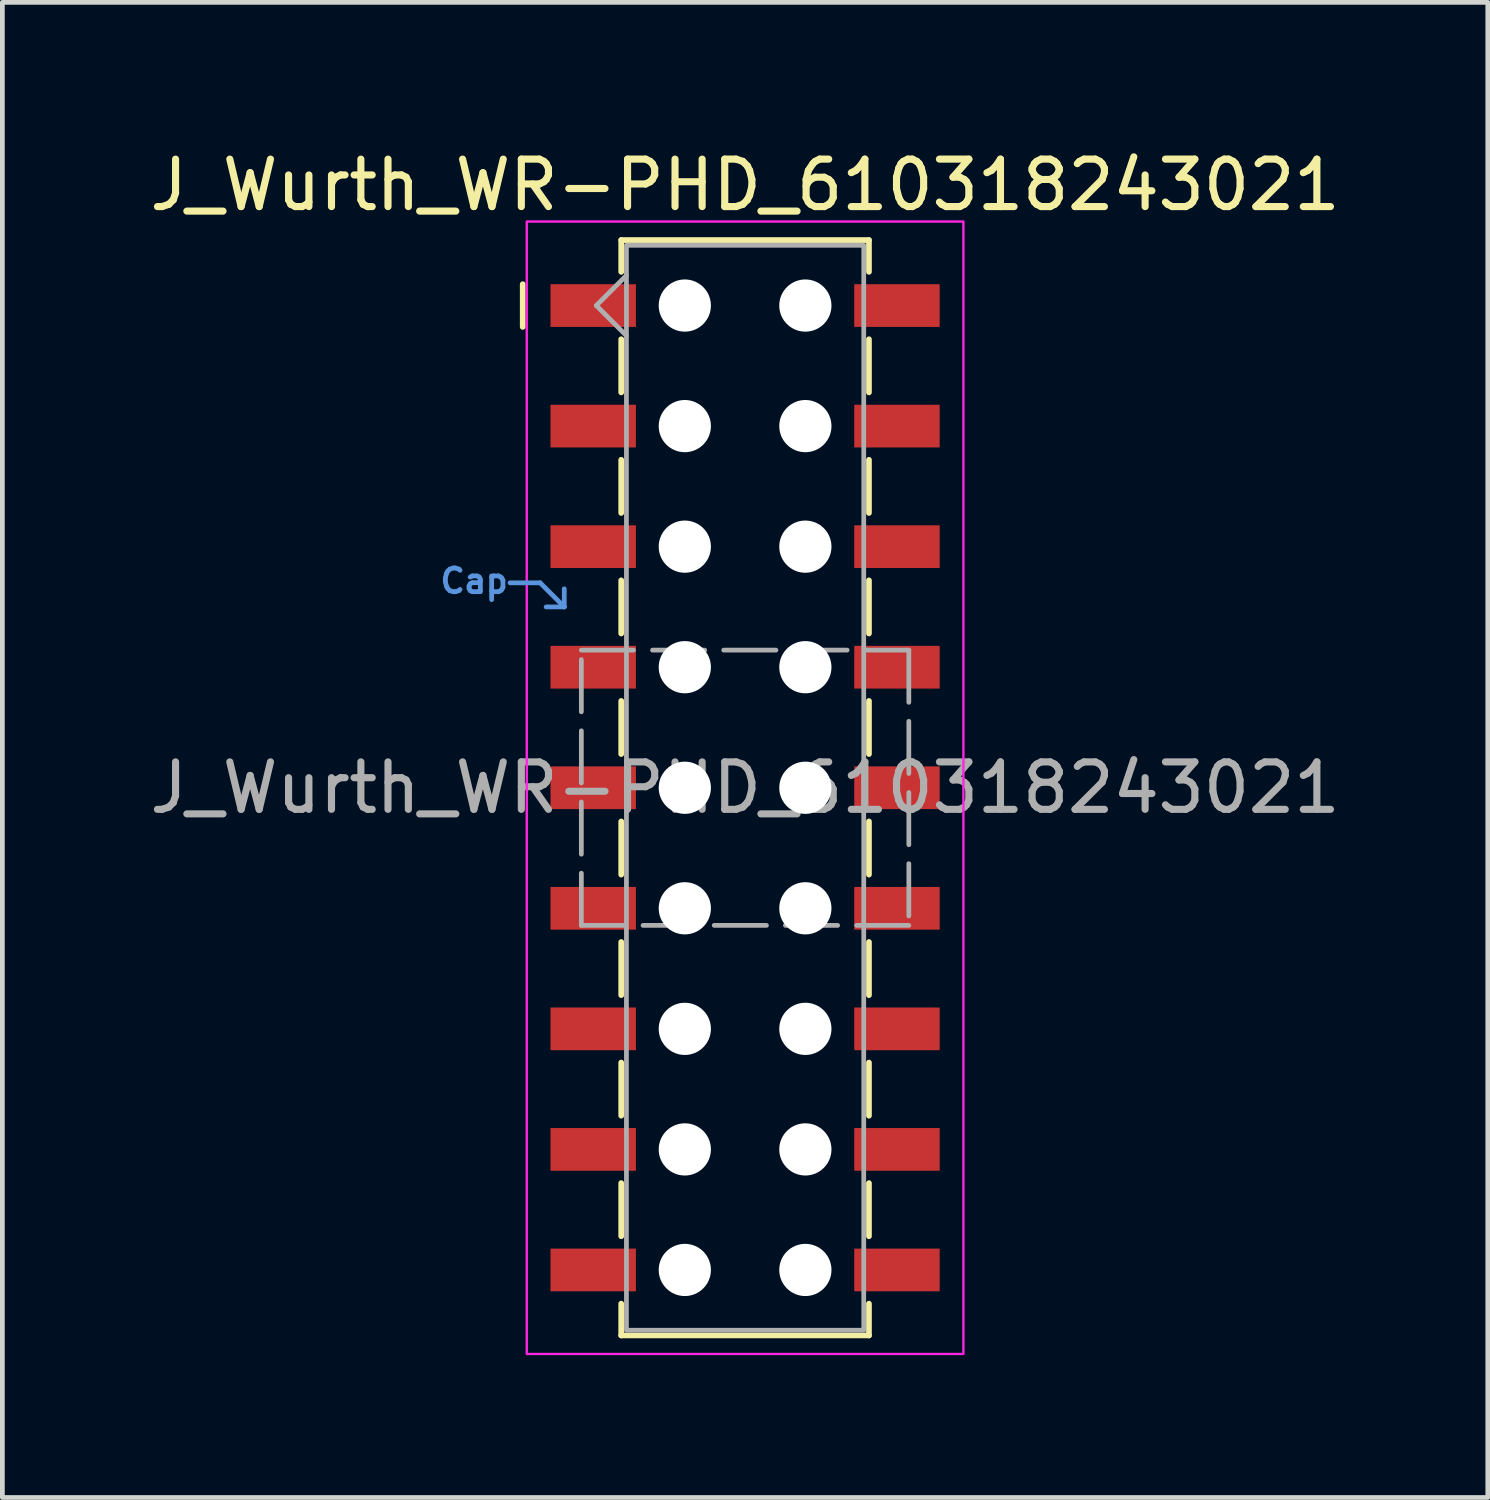
<source format=kicad_pcb>
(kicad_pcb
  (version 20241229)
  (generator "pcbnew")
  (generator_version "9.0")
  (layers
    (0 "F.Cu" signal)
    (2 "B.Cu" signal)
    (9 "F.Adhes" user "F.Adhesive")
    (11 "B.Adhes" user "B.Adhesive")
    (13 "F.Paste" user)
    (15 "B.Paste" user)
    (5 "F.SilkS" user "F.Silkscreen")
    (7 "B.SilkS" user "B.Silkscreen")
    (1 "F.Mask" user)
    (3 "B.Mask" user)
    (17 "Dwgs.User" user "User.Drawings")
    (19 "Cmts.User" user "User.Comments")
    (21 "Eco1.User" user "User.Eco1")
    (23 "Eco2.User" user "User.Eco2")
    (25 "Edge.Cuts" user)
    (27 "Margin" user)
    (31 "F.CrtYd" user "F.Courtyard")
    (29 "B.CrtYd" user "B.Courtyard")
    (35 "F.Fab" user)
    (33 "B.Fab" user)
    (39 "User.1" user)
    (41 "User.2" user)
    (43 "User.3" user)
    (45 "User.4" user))
  (footprint "J_Wurth_WR-PHD_610318243021"
    (layer "F.Cu")
    (at 12.649 13.548)
    (property "Reference" "J_Wurth_WR-PHD_610318243021" (at 0 -12.7 0) (unlocked yes) (layer "F.SilkS") (effects (font (size 1 1) (thickness 0.15))))
    (attr smd)
    (fp_line (start -4.685 -10.61) (end -4.685 -9.71) (stroke (width 0.12) (type solid)) (layer "F.SilkS"))
    (fp_line (start -2.61 -11.54) (end -2.61 -10.87) (stroke (width 0.12) (type solid)) (layer "F.SilkS"))
    (fp_line (start -2.61 -9.45) (end -2.61 -8.33) (stroke (width 0.12) (type solid)) (layer "F.SilkS"))
    (fp_line (start -2.61 -6.91) (end -2.61 -5.79) (stroke (width 0.12) (type solid)) (layer "F.SilkS"))
    (fp_line (start -2.61 -4.37) (end -2.61 -3.25) (stroke (width 0.12) (type solid)) (layer "F.SilkS"))
    (fp_line (start -2.61 -1.83) (end -2.61 -0.71) (stroke (width 0.12) (type solid)) (layer "F.SilkS"))
    (fp_line (start -2.61 0.71) (end -2.61 1.83) (stroke (width 0.12) (type solid)) (layer "F.SilkS"))
    (fp_line (start -2.61 3.25) (end -2.61 4.37) (stroke (width 0.12) (type solid)) (layer "F.SilkS"))
    (fp_line (start -2.61 5.79) (end -2.61 6.91) (stroke (width 0.12) (type solid)) (layer "F.SilkS"))
    (fp_line (start -2.61 8.33) (end -2.61 9.45) (stroke (width 0.12) (type solid)) (layer "F.SilkS"))
    (fp_line (start -2.61 10.87) (end -2.61 11.54) (stroke (width 0.12) (type solid)) (layer "F.SilkS"))
    (fp_line (start 2.61 -11.54) (end -2.61 -11.54) (stroke (width 0.12) (type solid)) (layer "F.SilkS"))
    (fp_line (start 2.61 -11.54) (end 2.61 -10.87) (stroke (width 0.12) (type solid)) (layer "F.SilkS"))
    (fp_line (start 2.61 -9.45) (end 2.61 -8.33) (stroke (width 0.12) (type solid)) (layer "F.SilkS"))
    (fp_line (start 2.61 -6.91) (end 2.61 -5.79) (stroke (width 0.12) (type solid)) (layer "F.SilkS"))
    (fp_line (start 2.61 -4.37) (end 2.61 -3.25) (stroke (width 0.12) (type solid)) (layer "F.SilkS"))
    (fp_line (start 2.61 -1.83) (end 2.61 -0.71) (stroke (width 0.12) (type solid)) (layer "F.SilkS"))
    (fp_line (start 2.61 0.71) (end 2.61 1.83) (stroke (width 0.12) (type solid)) (layer "F.SilkS"))
    (fp_line (start 2.61 3.25) (end 2.61 4.37) (stroke (width 0.12) (type solid)) (layer "F.SilkS"))
    (fp_line (start 2.61 5.79) (end 2.61 6.91) (stroke (width 0.12) (type solid)) (layer "F.SilkS"))
    (fp_line (start 2.61 8.33) (end 2.61 9.45) (stroke (width 0.12) (type solid)) (layer "F.SilkS"))
    (fp_line (start 2.61 10.87) (end 2.61 11.54) (stroke (width 0.12) (type solid)) (layer "F.SilkS"))
    (fp_line (start 2.61 11.54) (end -2.61 11.54) (stroke (width 0.12) (type solid)) (layer "F.SilkS"))
    (fp_line (start -4.953 -4.318) (end -4.318 -4.318) (stroke (width 0.1) (type default)) (layer "Cmts.User"))
    (fp_line (start -4.318 -4.318) (end -3.81 -3.81) (stroke (width 0.1) (type default)) (layer "Cmts.User"))
    (fp_line (start -3.81 -3.81) (end -4.191 -3.81) (stroke (width 0.1) (type default)) (layer "Cmts.User"))
    (fp_line (start -3.81 -3.81) (end -3.81 -4.191) (stroke (width 0.1) (type default)) (layer "Cmts.User"))
    (fp_rect (start -4.6 -11.93) (end 4.6 11.93) (stroke (width 0.05) (type solid)) (fill no) (layer "F.CrtYd"))
    (fp_line (start -3.135 -10.16) (end -2.5 -10.795) (stroke (width 0.1) (type default)) (layer "F.Fab"))
    (fp_line (start -2.5 -9.525) (end -3.135 -10.16) (stroke (width 0.1) (type default)) (layer "F.Fab"))
    (fp_rect (start -3.45 -2.9) (end 3.45 2.9) (stroke (width 0.1) (type dash)) (fill no) (layer "F.Fab"))
    (fp_rect (start -2.5 -11.43) (end 2.5 11.43) (stroke (width 0.1) (type solid)) (fill no) (layer "F.Fab"))
    (fp_text user "Cap" (at -6.477 -4.064 0) (unlocked yes) (layer "Cmts.User") (effects (font (size 0.5 0.5) (thickness 0.1) (bold yes)) (justify left bottom)))
    (fp_text user "${REFERENCE}" (at 0 0 0) (unlocked yes) (layer "F.Fab") (effects (font (size 1 1) (thickness 0.15))))
    (pad "" np_thru_hole circle (at -1.27 -10.16 270) (size 1.1 1.1) (drill 1.1) (layers "*.Cu" "*.Mask"))
    (pad "" np_thru_hole circle (at -1.27 -7.62 270) (size 1.1 1.1) (drill 1.1) (layers "*.Cu" "*.Mask"))
    (pad "" np_thru_hole circle (at -1.27 -5.08 270) (size 1.1 1.1) (drill 1.1) (layers "*.Cu" "*.Mask"))
    (pad "" np_thru_hole circle (at -1.27 -2.54 270) (size 1.1 1.1) (drill 1.1) (layers "*.Cu" "*.Mask"))
    (pad "" np_thru_hole circle (at -1.27 0 270) (size 1.1 1.1) (drill 1.1) (layers "*.Cu" "*.Mask"))
    (pad "" np_thru_hole circle (at -1.27 2.54 270) (size 1.1 1.1) (drill 1.1) (layers "*.Cu" "*.Mask"))
    (pad "" np_thru_hole circle (at -1.27 5.08 270) (size 1.1 1.1) (drill 1.1) (layers "*.Cu" "*.Mask"))
    (pad "" np_thru_hole circle (at -1.27 7.62 270) (size 1.1 1.1) (drill 1.1) (layers "*.Cu" "*.Mask"))
    (pad "" np_thru_hole circle (at -1.27 10.16 270) (size 1.1 1.1) (drill 1.1) (layers "*.Cu" "*.Mask"))
    (pad "" np_thru_hole circle (at 1.27 -10.16 270) (size 1.1 1.1) (drill 1.1) (layers "*.Cu" "*.Mask"))
    (pad "" np_thru_hole circle (at 1.27 -7.62 270) (size 1.1 1.1) (drill 1.1) (layers "*.Cu" "*.Mask"))
    (pad "" np_thru_hole circle (at 1.27 -5.08 270) (size 1.1 1.1) (drill 1.1) (layers "*.Cu" "*.Mask"))
    (pad "" np_thru_hole circle (at 1.27 -2.54 270) (size 1.1 1.1) (drill 1.1) (layers "*.Cu" "*.Mask"))
    (pad "" np_thru_hole circle (at 1.27 0 270) (size 1.1 1.1) (drill 1.1) (layers "*.Cu" "*.Mask"))
    (pad "" np_thru_hole circle (at 1.27 2.54 270) (size 1.1 1.1) (drill 1.1) (layers "*.Cu" "*.Mask"))
    (pad "" np_thru_hole circle (at 1.27 5.08 270) (size 1.1 1.1) (drill 1.1) (layers "*.Cu" "*.Mask"))
    (pad "" np_thru_hole circle (at 1.27 7.62 270) (size 1.1 1.1) (drill 1.1) (layers "*.Cu" "*.Mask"))
    (pad "" np_thru_hole circle (at 1.27 10.16 270) (size 1.1 1.1) (drill 1.1) (layers "*.Cu" "*.Mask"))
    (pad "1" smd rect (at -3.2 -10.16 270) (size 0.9 1.8) (layers "F.Cu" "F.Mask" "F.Paste"))
    (pad "2" smd rect (at 3.2 -10.16 270) (size 0.9 1.8) (layers "F.Cu" "F.Mask" "F.Paste"))
    (pad "3" smd rect (at -3.2 -7.62 270) (size 0.9 1.8) (layers "F.Cu" "F.Mask" "F.Paste"))
    (pad "4" smd rect (at 3.2 -7.62 270) (size 0.9 1.8) (layers "F.Cu" "F.Mask" "F.Paste"))
    (pad "5" smd rect (at -3.2 -5.08 270) (size 0.9 1.8) (layers "F.Cu" "F.Mask" "F.Paste"))
    (pad "6" smd rect (at 3.2 -5.08 270) (size 0.9 1.8) (layers "F.Cu" "F.Mask" "F.Paste"))
    (pad "7" smd rect (at -3.2 -2.54 270) (size 0.9 1.8) (layers "F.Cu" "F.Mask" "F.Paste"))
    (pad "8" smd rect (at 3.2 -2.54 270) (size 0.9 1.8) (layers "F.Cu" "F.Mask" "F.Paste"))
    (pad "9" smd rect (at -3.2 0 270) (size 0.9 1.8) (layers "F.Cu" "F.Mask" "F.Paste"))
    (pad "10" smd rect (at 3.2 0 270) (size 0.9 1.8) (layers "F.Cu" "F.Mask" "F.Paste"))
    (pad "11" smd rect (at -3.2 2.54 270) (size 0.9 1.8) (layers "F.Cu" "F.Mask" "F.Paste"))
    (pad "12" smd rect (at 3.2 2.54 270) (size 0.9 1.8) (layers "F.Cu" "F.Mask" "F.Paste"))
    (pad "13" smd rect (at -3.2 5.08 270) (size 0.9 1.8) (layers "F.Cu" "F.Mask" "F.Paste"))
    (pad "14" smd rect (at 3.2 5.08 270) (size 0.9 1.8) (layers "F.Cu" "F.Mask" "F.Paste"))
    (pad "15" smd rect (at -3.2 7.62 270) (size 0.9 1.8) (layers "F.Cu" "F.Mask" "F.Paste"))
    (pad "16" smd rect (at 3.2 7.62 270) (size 0.9 1.8) (layers "F.Cu" "F.Mask" "F.Paste"))
    (pad "17" smd rect (at -3.2 10.16 270) (size 0.9 1.8) (layers "F.Cu" "F.Mask" "F.Paste"))
    (pad "18" smd rect (at 3.2 10.16 270) (size 0.9 1.8) (layers "F.Cu" "F.Mask" "F.Paste")))
  (gr_rect
    (start -3 -3)
    (end 28.298 28.503)
    (stroke (width 0.1) (type default))
    (fill no)
    (layer "Edge.Cuts")))
</source>
